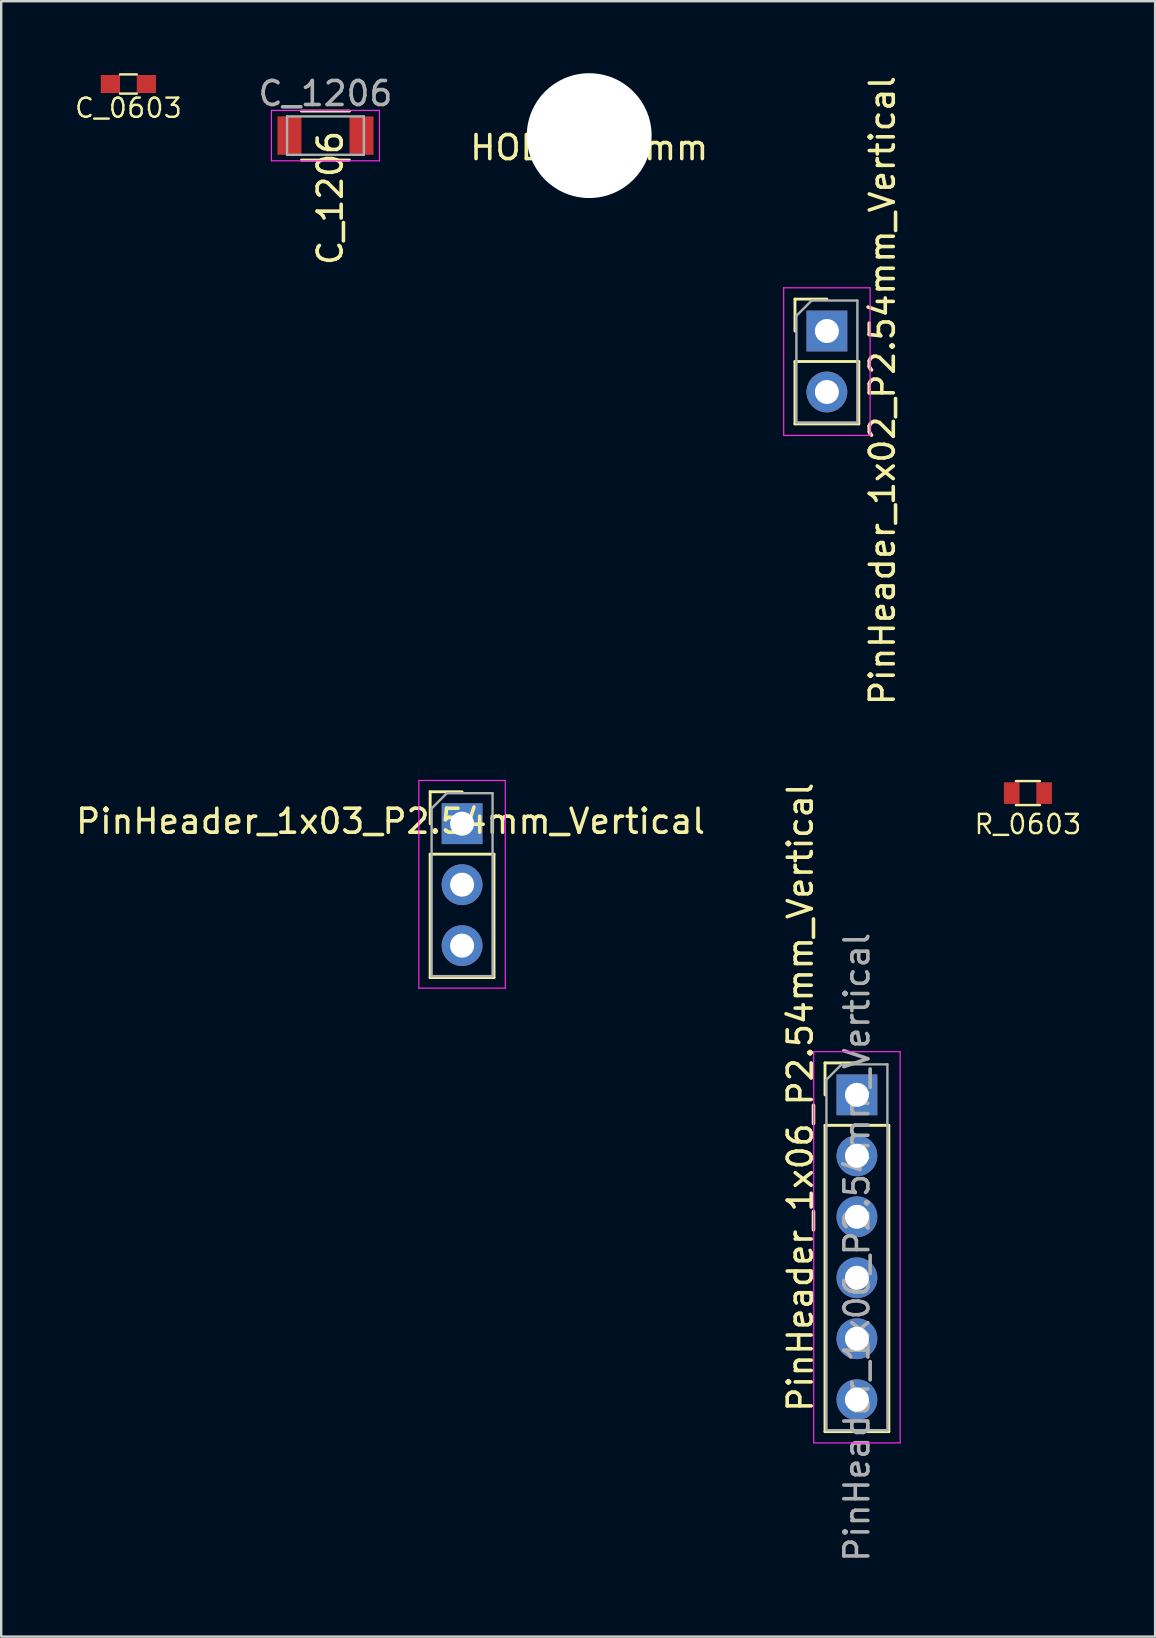
<source format=kicad_pcb>
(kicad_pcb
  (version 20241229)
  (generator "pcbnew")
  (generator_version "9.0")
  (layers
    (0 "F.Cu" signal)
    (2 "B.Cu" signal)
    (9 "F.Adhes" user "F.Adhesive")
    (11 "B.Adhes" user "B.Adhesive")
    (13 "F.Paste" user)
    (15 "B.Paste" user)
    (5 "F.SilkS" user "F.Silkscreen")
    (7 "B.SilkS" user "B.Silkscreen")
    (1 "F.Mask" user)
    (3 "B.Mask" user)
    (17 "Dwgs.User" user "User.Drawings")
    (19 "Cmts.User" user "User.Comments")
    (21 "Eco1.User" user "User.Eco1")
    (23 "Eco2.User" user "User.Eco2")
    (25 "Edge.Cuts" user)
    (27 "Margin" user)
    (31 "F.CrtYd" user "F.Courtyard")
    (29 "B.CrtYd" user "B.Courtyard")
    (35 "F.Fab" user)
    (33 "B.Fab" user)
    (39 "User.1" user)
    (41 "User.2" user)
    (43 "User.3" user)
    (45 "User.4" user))
  (footprint "R_0603"
    (layer "F.Cu")
    (at 39.772 29.99)
    (property "Reference" "R_0603" (at 0 1.3 0) (layer "F.SilkS") (effects (font (size 0.8 0.8) (thickness 0.1))))
    (attr smd)
    (fp_line (start -0.5 -0.5) (end 0.5 -0.5) (stroke (width 0.1) (type solid)) (layer "F.SilkS"))
    (fp_line (start 0.5 0.5) (end -0.5 0.5) (stroke (width 0.1) (type solid)) (layer "F.SilkS"))
    (pad "1" smd rect (at -0.675 0 180) (size 0.65 0.9) (layers "F.Cu" "F.Mask" "F.Paste"))
    (pad "2" smd rect (at 0.675 0 180) (size 0.65 0.9) (layers "F.Cu" "F.Mask" "F.Paste")))
  (footprint "PinHeader_1x06_P2.54mm_Vertical"
    (layer "F.Cu")
    (at 32.649 42.561)
    (property "Reference" "PinHeader_1x06_P2.54mm_Vertical" (at -2.36 0.1 90) (layer "F.SilkS") (effects (font (size 1 1) (thickness 0.15))))
    (attr through_hole)
    (fp_line (start -1.33 -1.33) (end 0 -1.33) (stroke (width 0.12) (type solid)) (layer "F.SilkS"))
    (fp_line (start -1.33 0) (end -1.33 -1.33) (stroke (width 0.12) (type solid)) (layer "F.SilkS"))
    (fp_line (start -1.33 1.27) (end -1.33 14.03) (stroke (width 0.12) (type solid)) (layer "F.SilkS"))
    (fp_line (start -1.33 1.27) (end 1.33 1.27) (stroke (width 0.12) (type solid)) (layer "F.SilkS"))
    (fp_line (start -1.33 14.03) (end 1.33 14.03) (stroke (width 0.12) (type solid)) (layer "F.SilkS"))
    (fp_line (start 1.33 1.27) (end 1.33 14.03) (stroke (width 0.12) (type solid)) (layer "F.SilkS"))
    (fp_line (start -1.8 -1.8) (end -1.8 14.5) (stroke (width 0.05) (type solid)) (layer "F.CrtYd"))
    (fp_line (start -1.8 14.5) (end 1.8 14.5) (stroke (width 0.05) (type solid)) (layer "F.CrtYd"))
    (fp_line (start 1.8 -1.8) (end -1.8 -1.8) (stroke (width 0.05) (type solid)) (layer "F.CrtYd"))
    (fp_line (start 1.8 14.5) (end 1.8 -1.8) (stroke (width 0.05) (type solid)) (layer "F.CrtYd"))
    (fp_line (start -1.27 -0.635) (end -0.635 -1.27) (stroke (width 0.1) (type solid)) (layer "F.Fab"))
    (fp_line (start -1.27 13.97) (end -1.27 -0.635) (stroke (width 0.1) (type solid)) (layer "F.Fab"))
    (fp_line (start -0.635 -1.27) (end 1.27 -1.27) (stroke (width 0.1) (type solid)) (layer "F.Fab"))
    (fp_line (start 1.27 -1.27) (end 1.27 13.97) (stroke (width 0.1) (type solid)) (layer "F.Fab"))
    (fp_line (start 1.27 13.97) (end -1.27 13.97) (stroke (width 0.1) (type solid)) (layer "F.Fab"))
    (fp_text user "${REFERENCE}" (at 0 6.35 90) (layer "F.Fab") (effects (font (size 1 1) (thickness 0.15))))
    (pad "1" thru_hole rect (at 0 0 180) (size 1.7 1.7) (drill 1) (layers "*.Cu" "*.Mask"))
    (pad "2" thru_hole oval (at 0 2.54 180) (size 1.7 1.7) (drill 1) (layers "*.Cu" "*.Mask"))
    (pad "3" thru_hole oval (at 0 5.08 180) (size 1.7 1.7) (drill 1) (layers "*.Cu" "*.Mask"))
    (pad "4" thru_hole oval (at 0 7.62 180) (size 1.7 1.7) (drill 1) (layers "*.Cu" "*.Mask"))
    (pad "5" thru_hole oval (at 0 10.16 180) (size 1.7 1.7) (drill 1) (layers "*.Cu" "*.Mask"))
    (pad "6" thru_hole oval (at 0 12.7 180) (size 1.7 1.7) (drill 1) (layers "*.Cu" "*.Mask")))
  (footprint "C_1206"
    (layer "F.Cu")
    (at 10.508 2.598)
    (property "Reference" "C_1206" (at 0.2 2.6 90) (layer "F.SilkS") (effects (font (size 1 1) (thickness 0.15))))
    (attr smd)
    (fp_line (start -1 1.02) (end 1 1.02) (stroke (width 0.12) (type solid)) (layer "F.SilkS"))
    (fp_line (start 1 -1.02) (end -1 -1.02) (stroke (width 0.12) (type solid)) (layer "F.SilkS"))
    (fp_line (start -2.25 -1.05) (end -2.25 1.05) (stroke (width 0.05) (type solid)) (layer "F.CrtYd"))
    (fp_line (start -2.25 -1.05) (end 2.25 -1.05) (stroke (width 0.05) (type solid)) (layer "F.CrtYd"))
    (fp_line (start 2.25 1.05) (end -2.25 1.05) (stroke (width 0.05) (type solid)) (layer "F.CrtYd"))
    (fp_line (start 2.25 1.05) (end 2.25 -1.05) (stroke (width 0.05) (type solid)) (layer "F.CrtYd"))
    (fp_line (start -1.6 -0.8) (end 1.6 -0.8) (stroke (width 0.1) (type solid)) (layer "F.Fab"))
    (fp_line (start -1.6 0.8) (end -1.6 -0.8) (stroke (width 0.1) (type solid)) (layer "F.Fab"))
    (fp_line (start 1.6 -0.8) (end 1.6 0.8) (stroke (width 0.1) (type solid)) (layer "F.Fab"))
    (fp_line (start 1.6 0.8) (end -1.6 0.8) (stroke (width 0.1) (type solid)) (layer "F.Fab"))
    (fp_text user "${REFERENCE}" (at 0 -1.75 0) (layer "F.Fab") (effects (font (size 1 1) (thickness 0.15))))
    (pad "1" smd rect (at -1.5 0 180) (size 1 1.6) (layers "F.Cu" "F.Mask" "F.Paste"))
    (pad "2" smd rect (at 1.5 0 180) (size 1 1.6) (layers "F.Cu" "F.Mask" "F.Paste")))
  (footprint "PinHeader_1x03_P2.54mm_Vertical"
    (layer "F.Cu")
    (at 16.2 31.265)
    (property "Reference" "PinHeader_1x03_P2.54mm_Vertical" (at -2.98 -0.1 0) (layer "F.SilkS") (effects (font (size 1 1) (thickness 0.15))))
    (attr through_hole)
    (fp_line (start -1.33 -1.33) (end 0 -1.33) (stroke (width 0.12) (type solid)) (layer "F.SilkS"))
    (fp_line (start -1.33 0) (end -1.33 -1.33) (stroke (width 0.12) (type solid)) (layer "F.SilkS"))
    (fp_line (start -1.33 1.27) (end -1.33 6.41) (stroke (width 0.12) (type solid)) (layer "F.SilkS"))
    (fp_line (start -1.33 1.27) (end 1.33 1.27) (stroke (width 0.12) (type solid)) (layer "F.SilkS"))
    (fp_line (start -1.33 6.41) (end 1.33 6.41) (stroke (width 0.12) (type solid)) (layer "F.SilkS"))
    (fp_line (start 1.33 1.27) (end 1.33 6.41) (stroke (width 0.12) (type solid)) (layer "F.SilkS"))
    (fp_line (start -1.8 -1.8) (end -1.8 6.85) (stroke (width 0.05) (type solid)) (layer "F.CrtYd"))
    (fp_line (start -1.8 6.85) (end 1.8 6.85) (stroke (width 0.05) (type solid)) (layer "F.CrtYd"))
    (fp_line (start 1.8 -1.8) (end -1.8 -1.8) (stroke (width 0.05) (type solid)) (layer "F.CrtYd"))
    (fp_line (start 1.8 6.85) (end 1.8 -1.8) (stroke (width 0.05) (type solid)) (layer "F.CrtYd"))
    (fp_line (start -1.27 -0.635) (end -0.635 -1.27) (stroke (width 0.1) (type solid)) (layer "F.Fab"))
    (fp_line (start -1.27 6.35) (end -1.27 -0.635) (stroke (width 0.1) (type solid)) (layer "F.Fab"))
    (fp_line (start -0.635 -1.27) (end 1.27 -1.27) (stroke (width 0.1) (type solid)) (layer "F.Fab"))
    (fp_line (start 1.27 -1.27) (end 1.27 6.35) (stroke (width 0.1) (type solid)) (layer "F.Fab"))
    (fp_line (start 1.27 6.35) (end -1.27 6.35) (stroke (width 0.1) (type solid)) (layer "F.Fab"))
    (pad "1" thru_hole rect (at 0 0 180) (size 1.7 1.7) (drill 1) (layers "*.Cu" "*.Mask"))
    (pad "2" thru_hole oval (at 0 2.54 180) (size 1.7 1.7) (drill 1) (layers "*.Cu" "*.Mask"))
    (pad "3" thru_hole oval (at 0 5.08 180) (size 1.7 1.7) (drill 1) (layers "*.Cu" "*.Mask")))
  (footprint "C_0603"
    (layer "F.Cu")
    (at 2.299 0.45)
    (property "Reference" "C_0603" (at 0 1 0) (layer "F.SilkS") (effects (font (size 0.8 0.8) (thickness 0.1))))
    (attr smd)
    (fp_line (start -0.35 -0.4) (end 0.35 -0.4) (stroke (width 0.1) (type solid)) (layer "F.SilkS"))
    (fp_line (start 0.35 0.4) (end -0.35 0.4) (stroke (width 0.1) (type solid)) (layer "F.SilkS"))
    (pad "1" smd rect (at -0.75 0 180) (size 0.8 0.75) (layers "F.Cu" "F.Mask" "F.Paste"))
    (pad "2" smd rect (at 0.75 0 180) (size 0.8 0.75) (layers "F.Cu" "F.Mask" "F.Paste")))
  (footprint "PinHeader_1x02_P2.54mm_Vertical"
    (layer "F.Cu")
    (at 31.398 10.74)
    (property "Reference" "PinHeader_1x02_P2.54mm_Vertical" (at 2.31 2.48 90) (layer "F.SilkS") (effects (font (size 1 1) (thickness 0.15))))
    (attr through_hole)
    (fp_line (start -1.33 -1.33) (end 0 -1.33) (stroke (width 0.12) (type solid)) (layer "F.SilkS"))
    (fp_line (start -1.33 0) (end -1.33 -1.33) (stroke (width 0.12) (type solid)) (layer "F.SilkS"))
    (fp_line (start -1.33 1.27) (end -1.33 3.87) (stroke (width 0.12) (type solid)) (layer "F.SilkS"))
    (fp_line (start -1.33 1.27) (end 1.33 1.27) (stroke (width 0.12) (type solid)) (layer "F.SilkS"))
    (fp_line (start -1.33 3.87) (end 1.33 3.87) (stroke (width 0.12) (type solid)) (layer "F.SilkS"))
    (fp_line (start 1.33 1.27) (end 1.33 3.87) (stroke (width 0.12) (type solid)) (layer "F.SilkS"))
    (fp_line (start -1.8 -1.8) (end -1.8 4.35) (stroke (width 0.05) (type solid)) (layer "F.CrtYd"))
    (fp_line (start -1.8 4.35) (end 1.8 4.35) (stroke (width 0.05) (type solid)) (layer "F.CrtYd"))
    (fp_line (start 1.8 -1.8) (end -1.8 -1.8) (stroke (width 0.05) (type solid)) (layer "F.CrtYd"))
    (fp_line (start 1.8 4.35) (end 1.8 -1.8) (stroke (width 0.05) (type solid)) (layer "F.CrtYd"))
    (fp_line (start -1.27 -0.635) (end -0.635 -1.27) (stroke (width 0.1) (type solid)) (layer "F.Fab"))
    (fp_line (start -1.27 3.81) (end -1.27 -0.635) (stroke (width 0.1) (type solid)) (layer "F.Fab"))
    (fp_line (start -0.635 -1.27) (end 1.27 -1.27) (stroke (width 0.1) (type solid)) (layer "F.Fab"))
    (fp_line (start 1.27 -1.27) (end 1.27 3.81) (stroke (width 0.1) (type solid)) (layer "F.Fab"))
    (fp_line (start 1.27 3.81) (end -1.27 3.81) (stroke (width 0.1) (type solid)) (layer "F.Fab"))
    (pad "1" thru_hole rect (at 0 0 180) (size 1.7 1.7) (drill 1) (layers "*.Cu" "*.Mask"))
    (pad "2" thru_hole oval (at 0 2.54 180) (size 1.7 1.7) (drill 1) (layers "*.Cu" "*.Mask")))
  (footprint "HOLE_5_2mm"
    (layer "F.Cu")
    (at 21.496 2.6)
    (property "Reference" "HOLE_5_2mm" (at 0 0.5 0) (layer "F.SilkS") (effects (font (size 1 1) (thickness 0.15))))
    (attr through_hole)
    (pad "" np_thru_hole circle (at 0 0) (size 5.2 5.2) (drill 5.2) (layers "*.Cu" "*.Mask")))
  (gr_rect
    (start -3 -3)
    (end 45.071 65.131)
    (stroke (width 0.1) (type default))
    (fill no)
    (layer "Edge.Cuts")))
</source>
